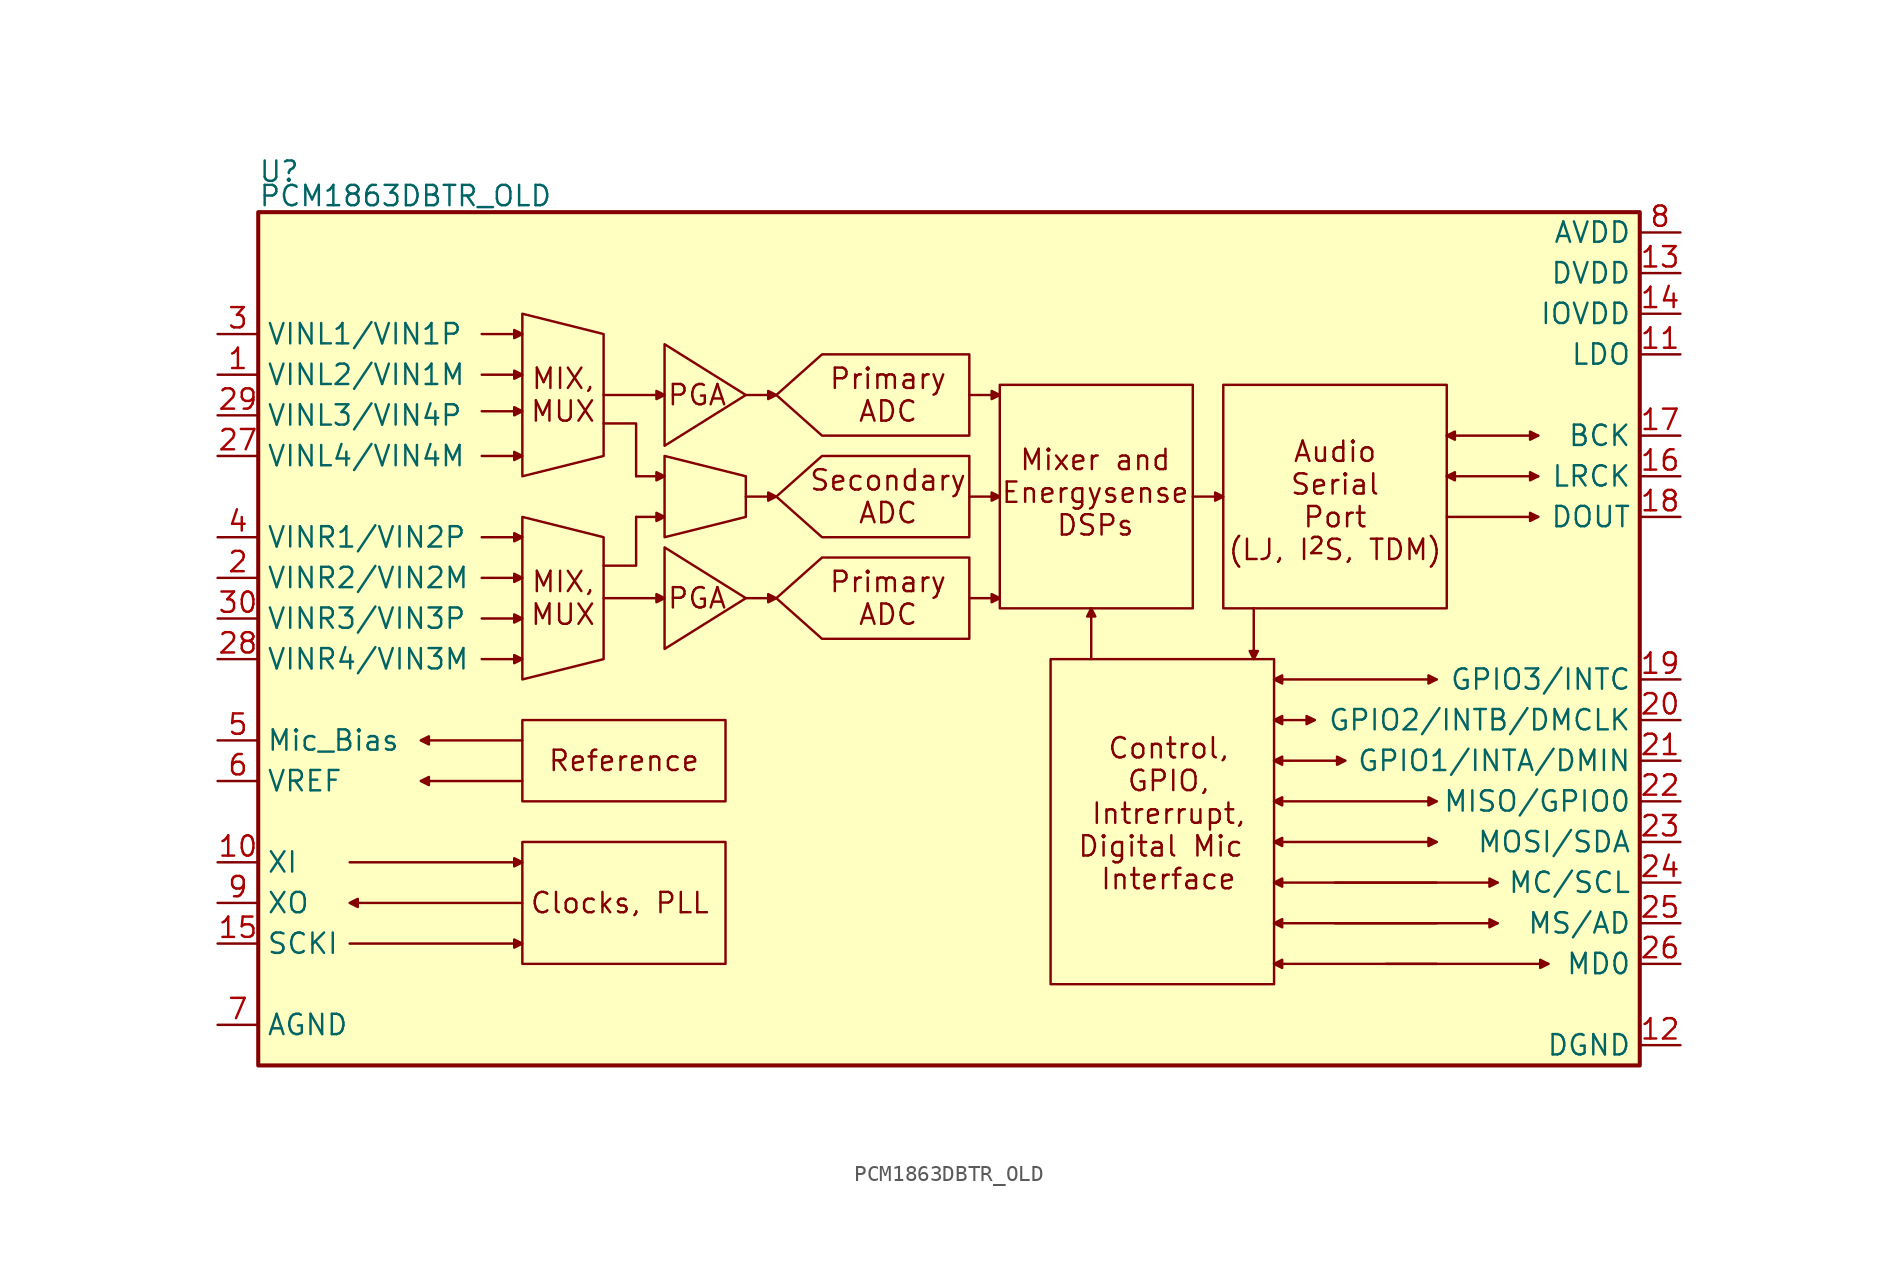
<source format=kicad_sym>
(kicad_symbol_lib
  (version 20241209)
  (generator "kicad_symbol_editor")
  (generator_version "9.0")
  (symbol "PCM1863DBTR_OLD"
    (property "Reference" "U"
      (at -43.18 29.21 0)
      (effects (font (size 1.27 1.27)) (justify left)))
    (property "Value" "PCM1863DBTR_OLD"
      (at -43.18 27.686 0)
      (effects (font (size 1.27 1.27)) (justify left)))
    (symbol "PCM1863DBTR_OLD_0_0"
      (pin input line (at -45.72 13.97 0) (length 2.54) (name "VINL3/VIN4P" (effects (font (size 1.27 1.27)))) (number "29" (effects (font (size 1.27 1.27)))))
      (pin input line (at -45.72 11.43 0) (length 2.54) (name "VINL4/VIN4M" (effects (font (size 1.27 1.27)))) (number "27" (effects (font (size 1.27 1.27)))))
      (pin input line (at -45.72 1.27 0) (length 2.54) (name "VINR3/VIN3P" (effects (font (size 1.27 1.27)))) (number "30" (effects (font (size 1.27 1.27)))))
      (pin input line (at -45.72 -1.27 0) (length 2.54) (name "VINR4/VIN3M" (effects (font (size 1.27 1.27)))) (number "28" (effects (font (size 1.27 1.27)))))
      (pin input line (at 45.72 -17.78 180) (length 2.54) (name "MS/AD" (effects (font (size 1.27 1.27)))) (number "25" (effects (font (size 1.27 1.27)))))
      (pin input line (at 45.72 -20.32 180) (length 2.54) (name "MD0" (effects (font (size 1.27 1.27)))) (number "26" (effects (font (size 1.27 1.27))))))
    (symbol "PCM1863DBTR_OLD_0_1"
      (rectangle (start -43.18 26.67) (end 43.18 -26.67) (stroke (width 0.254) (type default)) (fill (type background)))
      (polyline (pts (xy -37.465 -13.97) (xy -27.178 -13.97)) (stroke (width 0) (type default)) (fill (type none)))
      (polyline (pts (xy -37.465 -16.51) (xy -36.957 -16.256) (xy -36.957 -16.764) (xy -37.465 -16.51)) (stroke (width 0) (type default)) (fill (type outline)))
      (polyline (pts (xy -37.465 -19.05) (xy -27.178 -19.05)) (stroke (width 0) (type default)) (fill (type none)))
      (polyline (pts (xy -33.02 -6.35) (xy -32.512 -6.096) (xy -32.512 -6.604) (xy -33.02 -6.35)) (stroke (width 0) (type default)) (fill (type outline)))
      (polyline (pts (xy -33.02 -8.89) (xy -32.512 -8.636) (xy -32.512 -9.144) (xy -33.02 -8.89)) (stroke (width 0) (type default)) (fill (type outline)))
      (polyline (pts (xy -29.21 19.05) (xy -27.178 19.05)) (stroke (width 0) (type default)) (fill (type none)))
      (polyline (pts (xy -29.21 16.51) (xy -27.178 16.51)) (stroke (width 0) (type default)) (fill (type none)))
      (polyline (pts (xy -29.21 14.224) (xy -27.178 14.224)) (stroke (width 0) (type default)) (fill (type none)))
      (polyline (pts (xy -29.21 11.43) (xy -27.178 11.43)) (stroke (width 0) (type default)) (fill (type none)))
      (polyline (pts (xy -29.21 6.35) (xy -27.178 6.35)) (stroke (width 0) (type default)) (fill (type none)))
      (polyline (pts (xy -29.21 3.81) (xy -27.178 3.81)) (stroke (width 0) (type default)) (fill (type none)))
      (polyline (pts (xy -29.21 1.27) (xy -27.178 1.27)) (stroke (width 0) (type default)) (fill (type none)))
      (polyline (pts (xy -29.21 -1.27) (xy -27.178 -1.27)) (stroke (width 0) (type default)) (fill (type none)))
      (polyline (pts (xy -26.67 19.05) (xy -27.178 19.304) (xy -27.178 18.796) (xy -26.67 19.05)) (stroke (width 0) (type default)) (fill (type outline)))
      (polyline (pts (xy -26.67 16.51) (xy -27.178 16.764) (xy -27.178 16.256) (xy -26.67 16.51)) (stroke (width 0) (type default)) (fill (type outline)))
      (polyline (pts (xy -26.67 14.224) (xy -27.178 14.478) (xy -27.178 13.97) (xy -26.67 14.224)) (stroke (width 0) (type default)) (fill (type outline)))
      (polyline (pts (xy -26.67 11.43) (xy -27.178 11.684) (xy -27.178 11.176) (xy -26.67 11.43)) (stroke (width 0) (type default)) (fill (type outline)))
      (polyline (pts (xy -26.67 10.16) (xy -26.67 20.32) (xy -21.59 19.05) (xy -21.59 11.43) (xy -26.67 10.16)) (stroke (width 0) (type default)) (fill (type none)))
      (polyline (pts (xy -26.67 6.35) (xy -27.178 6.604) (xy -27.178 6.096) (xy -26.67 6.35)) (stroke (width 0) (type default)) (fill (type outline)))
      (polyline (pts (xy -26.67 3.81) (xy -27.178 4.064) (xy -27.178 3.556) (xy -26.67 3.81)) (stroke (width 0) (type default)) (fill (type outline)))
      (polyline (pts (xy -26.67 1.27) (xy -27.178 1.524) (xy -27.178 1.016) (xy -26.67 1.27)) (stroke (width 0) (type default)) (fill (type outline)))
      (polyline (pts (xy -26.67 -1.27) (xy -27.178 -1.016) (xy -27.178 -1.524) (xy -26.67 -1.27)) (stroke (width 0) (type default)) (fill (type outline)))
      (polyline (pts (xy -26.67 -2.54) (xy -26.67 7.62) (xy -21.59 6.35) (xy -21.59 -1.27) (xy -26.67 -2.54)) (stroke (width 0) (type default)) (fill (type none)))
      (rectangle (start -26.67 -5.08) (end -13.97 -10.16) (stroke (width 0) (type default)) (fill (type none)))
      (polyline (pts (xy -26.67 -6.35) (xy -32.512 -6.35)) (stroke (width 0) (type default)) (fill (type none)))
      (polyline (pts (xy -26.67 -8.89) (xy -32.512 -8.89)) (stroke (width 0) (type default)) (fill (type none)))
      (rectangle (start -26.67 -12.7) (end -13.97 -20.32) (stroke (width 0) (type default)) (fill (type none)))
      (polyline (pts (xy -26.67 -13.97) (xy -27.178 -13.716) (xy -27.178 -14.224) (xy -26.67 -13.97)) (stroke (width 0) (type default)) (fill (type outline)))
      (polyline (pts (xy -26.67 -16.51) (xy -36.957 -16.51)) (stroke (width 0) (type default)) (fill (type none)))
      (polyline (pts (xy -26.67 -19.05) (xy -27.178 -18.796) (xy -27.178 -19.304) (xy -26.67 -19.05)) (stroke (width 0) (type default)) (fill (type outline)))
      (polyline (pts (xy -21.59 15.24) (xy -18.288 15.24)) (stroke (width 0) (type default)) (fill (type none)))
      (polyline (pts (xy -21.59 2.54) (xy -18.288 2.54)) (stroke (width 0) (type default)) (fill (type none)))
      (polyline (pts (xy -19.558 10.16) (xy -18.288 10.16)) (stroke (width 0) (type default)) (fill (type none)))
      (polyline (pts (xy -19.558 10.16) (xy -19.558 13.462) (xy -21.59 13.462)) (stroke (width 0) (type default)) (fill (type none)))
      (polyline (pts (xy -19.558 7.62) (xy -18.288 7.62)) (stroke (width 0) (type default)) (fill (type none)))
      (polyline (pts (xy -19.558 7.62) (xy -19.558 4.572) (xy -21.59 4.572)) (stroke (width 0) (type default)) (fill (type none)))
      (polyline (pts (xy -17.78 15.24) (xy -18.288 15.494) (xy -18.288 14.986) (xy -17.78 15.24)) (stroke (width 0) (type default)) (fill (type outline)))
      (polyline (pts (xy -17.78 12.065) (xy -17.78 18.415) (xy -12.7 15.24) (xy -17.78 12.065)) (stroke (width 0) (type default)) (fill (type none)))
      (polyline (pts (xy -17.78 10.16) (xy -18.288 10.414) (xy -18.288 9.906) (xy -17.78 10.16)) (stroke (width 0) (type default)) (fill (type outline)))
      (polyline (pts (xy -17.78 7.62) (xy -18.288 7.874) (xy -18.288 7.366) (xy -17.78 7.62)) (stroke (width 0) (type default)) (fill (type outline)))
      (polyline (pts (xy -17.78 6.35) (xy -17.78 11.43) (xy -12.7 10.16) (xy -12.7 7.62) (xy -17.78 6.35)) (stroke (width 0) (type default)) (fill (type none)))
      (polyline (pts (xy -17.78 2.54) (xy -18.288 2.794) (xy -18.288 2.286) (xy -17.78 2.54)) (stroke (width 0) (type default)) (fill (type outline)))
      (polyline (pts (xy -17.78 -0.635) (xy -17.78 5.715) (xy -12.7 2.54) (xy -17.78 -0.635)) (stroke (width 0) (type default)) (fill (type none)))
      (polyline (pts (xy -12.7 15.24) (xy -11.303 15.24)) (stroke (width 0) (type default)) (fill (type none)))
      (polyline (pts (xy -12.7 8.89) (xy -11.303 8.89)) (stroke (width 0) (type default)) (fill (type none)))
      (polyline (pts (xy -12.7 2.54) (xy -11.303 2.54)) (stroke (width 0) (type default)) (fill (type none)))
      (polyline (pts (xy -10.795 15.24) (xy -11.303 15.494) (xy -11.303 14.986) (xy -10.795 15.24)) (stroke (width 0) (type default)) (fill (type outline)))
      (polyline (pts (xy -10.795 15.24) (xy -7.938 17.78) (xy 1.27 17.78) (xy 1.27 12.7) (xy -7.938 12.7) (xy -10.795 15.24)) (stroke (width 0) (type default)) (fill (type none)))
      (polyline (pts (xy -10.795 8.89) (xy -11.303 9.144) (xy -11.303 8.636) (xy -10.795 8.89)) (stroke (width 0) (type default)) (fill (type outline)))
      (polyline (pts (xy -10.795 8.89) (xy -7.938 11.43) (xy 1.27 11.43) (xy 1.27 6.35) (xy -7.938 6.35) (xy -10.795 8.89)) (stroke (width 0) (type default)) (fill (type none)))
      (polyline (pts (xy -10.795 2.54) (xy -11.303 2.794) (xy -11.303 2.286) (xy -10.795 2.54)) (stroke (width 0) (type default)) (fill (type outline)))
      (polyline (pts (xy -10.795 2.54) (xy -7.938 5.08) (xy 1.27 5.08) (xy 1.27 0) (xy -7.938 0) (xy -10.795 2.54)) (stroke (width 0) (type default)) (fill (type none)))
      (polyline (pts (xy 1.27 15.24) (xy 2.667 15.24)) (stroke (width 0) (type default)) (fill (type none)))
      (polyline (pts (xy 1.27 8.89) (xy 2.667 8.89)) (stroke (width 0) (type default)) (fill (type none)))
      (polyline (pts (xy 1.27 2.54) (xy 2.667 2.54)) (stroke (width 0) (type default)) (fill (type none)))
      (rectangle (start 3.175 15.875) (end 15.24 1.905) (stroke (width 0) (type default)) (fill (type none)))
      (polyline (pts (xy 3.175 15.24) (xy 2.667 15.494) (xy 2.667 14.986) (xy 3.175 15.24)) (stroke (width 0) (type default)) (fill (type outline)))
      (polyline (pts (xy 3.175 8.89) (xy 2.667 9.144) (xy 2.667 8.636) (xy 3.175 8.89)) (stroke (width 0) (type default)) (fill (type outline)))
      (polyline (pts (xy 3.175 2.54) (xy 2.667 2.794) (xy 2.667 2.286) (xy 3.175 2.54)) (stroke (width 0) (type default)) (fill (type outline)))
      (rectangle (start 6.35 -1.27) (end 20.32 -21.59) (stroke (width 0) (type default)) (fill (type none)))
      (polyline (pts (xy 8.89 1.905) (xy 9.144 1.397) (xy 8.636 1.397) (xy 8.89 1.905)) (stroke (width 0) (type default)) (fill (type outline)))
      (polyline (pts (xy 8.89 -1.27) (xy 8.89 1.651)) (stroke (width 0) (type default)) (fill (type none)))
      (polyline (pts (xy 15.24 8.89) (xy 16.637 8.89)) (stroke (width 0) (type default)) (fill (type none)))
      (rectangle (start 17.145 15.875) (end 31.115 1.905) (stroke (width 0) (type default)) (fill (type none)))
      (polyline (pts (xy 17.145 8.89) (xy 16.637 9.144) (xy 16.637 8.636) (xy 17.145 8.89)) (stroke (width 0) (type default)) (fill (type outline)))
      (polyline (pts (xy 19.05 1.905) (xy 19.05 -1.016)) (stroke (width 0) (type default)) (fill (type none)))
      (polyline (pts (xy 19.05 -1.27) (xy 18.796 -0.762) (xy 19.304 -0.762) (xy 19.05 -1.27)) (stroke (width 0) (type default)) (fill (type outline)))
      (polyline (pts (xy 20.32 -2.54) (xy 20.828 -2.286) (xy 20.828 -2.794) (xy 20.32 -2.54)) (stroke (width 0) (type default)) (fill (type outline)))
      (polyline (pts (xy 20.32 -5.08) (xy 20.828 -4.826) (xy 20.828 -5.334) (xy 20.32 -5.08)) (stroke (width 0) (type default)) (fill (type outline)))
      (polyline (pts (xy 20.32 -7.62) (xy 20.828 -7.366) (xy 20.828 -7.874) (xy 20.32 -7.62)) (stroke (width 0) (type default)) (fill (type outline)))
      (polyline (pts (xy 20.32 -10.16) (xy 20.828 -9.906) (xy 20.828 -10.414) (xy 20.32 -10.16)) (stroke (width 0) (type default)) (fill (type outline)))
      (polyline (pts (xy 20.32 -12.7) (xy 20.828 -12.446) (xy 20.828 -12.954) (xy 20.32 -12.7)) (stroke (width 0) (type default)) (fill (type outline)))
      (polyline (pts (xy 20.32 -15.24) (xy 20.828 -14.986) (xy 20.828 -15.494) (xy 20.32 -15.24)) (stroke (width 0) (type default)) (fill (type outline)))
      (polyline (pts (xy 20.32 -17.78) (xy 20.828 -17.526) (xy 20.828 -18.034) (xy 20.32 -17.78)) (stroke (width 0) (type default)) (fill (type outline)))
      (polyline (pts (xy 20.32 -20.32) (xy 20.828 -20.066) (xy 20.828 -20.574) (xy 20.32 -20.32)) (stroke (width 0) (type default)) (fill (type outline)))
      (polyline (pts (xy 22.86 -5.08) (xy 20.32 -5.08)) (stroke (width 0) (type default)) (fill (type none)))
      (polyline (pts (xy 22.86 -5.08) (xy 22.352 -5.334) (xy 22.352 -4.826) (xy 22.86 -5.08)) (stroke (width 0) (type default)) (fill (type outline)))
      (polyline (pts (xy 24.765 -7.62) (xy 20.32 -7.62)) (stroke (width 0) (type default)) (fill (type none)))
      (polyline (pts (xy 24.765 -7.62) (xy 24.257 -7.874) (xy 24.257 -7.366) (xy 24.765 -7.62)) (stroke (width 0) (type default)) (fill (type outline)))
      (polyline (pts (xy 30.48 -2.54) (xy 20.32 -2.54)) (stroke (width 0) (type default)) (fill (type none)))
      (polyline (pts (xy 30.48 -2.54) (xy 29.972 -2.794) (xy 29.972 -2.286) (xy 30.48 -2.54)) (stroke (width 0) (type default)) (fill (type outline)))
      (polyline (pts (xy 30.48 -10.16) (xy 20.32 -10.16)) (stroke (width 0) (type default)) (fill (type none)))
      (polyline (pts (xy 30.48 -10.16) (xy 29.972 -10.414) (xy 29.972 -9.906) (xy 30.48 -10.16)) (stroke (width 0) (type default)) (fill (type outline)))
      (polyline (pts (xy 30.48 -12.7) (xy 20.32 -12.7)) (stroke (width 0) (type default)) (fill (type none)))
      (polyline (pts (xy 30.48 -12.7) (xy 29.972 -12.954) (xy 29.972 -12.446) (xy 30.48 -12.7)) (stroke (width 0) (type default)) (fill (type outline)))
      (polyline (pts (xy 30.48 -15.24) (xy 20.32 -15.24)) (stroke (width 0) (type default)) (fill (type none)))
      (polyline (pts (xy 30.48 -17.78) (xy 20.32 -17.78)) (stroke (width 0) (type default)) (fill (type none)))
      (polyline (pts (xy 30.48 -20.32) (xy 20.32 -20.32)) (stroke (width 0) (type default)) (fill (type none)))
      (polyline (pts (xy 31.115 12.7) (xy 36.83 12.7)) (stroke (width 0) (type default)) (fill (type none)))
      (polyline (pts (xy 31.115 12.7) (xy 31.623 12.954) (xy 31.623 12.446) (xy 31.115 12.7)) (stroke (width 0) (type default)) (fill (type outline)))
      (polyline (pts (xy 31.115 10.16) (xy 36.83 10.16)) (stroke (width 0) (type default)) (fill (type none)))
      (polyline (pts (xy 31.115 10.16) (xy 31.623 10.414) (xy 31.623 9.906) (xy 31.115 10.16)) (stroke (width 0) (type default)) (fill (type outline)))
      (polyline (pts (xy 31.115 7.62) (xy 36.83 7.62)) (stroke (width 0) (type default)) (fill (type none)))
      (polyline (pts (xy 34.29 -15.24) (xy 24.13 -15.24)) (stroke (width 0) (type default)) (fill (type none)))
      (polyline (pts (xy 34.29 -15.24) (xy 33.782 -15.494) (xy 33.782 -14.986) (xy 34.29 -15.24)) (stroke (width 0) (type default)) (fill (type outline)))
      (polyline (pts (xy 34.29 -17.78) (xy 24.13 -17.78)) (stroke (width 0) (type default)) (fill (type none)))
      (polyline (pts (xy 34.29 -17.78) (xy 33.782 -18.034) (xy 33.782 -17.526) (xy 34.29 -17.78)) (stroke (width 0) (type default)) (fill (type outline)))
      (polyline (pts (xy 36.83 12.7) (xy 36.322 12.954) (xy 36.322 12.446) (xy 36.83 12.7)) (stroke (width 0) (type default)) (fill (type outline)))
      (polyline (pts (xy 36.83 10.16) (xy 36.322 10.414) (xy 36.322 9.906) (xy 36.83 10.16)) (stroke (width 0) (type default)) (fill (type outline)))
      (polyline (pts (xy 36.83 7.62) (xy 36.322 7.874) (xy 36.322 7.366) (xy 36.83 7.62)) (stroke (width 0) (type default)) (fill (type outline)))
      (polyline (pts (xy 37.465 -20.32) (xy 27.305 -20.32)) (stroke (width 0) (type default)) (fill (type none)))
      (polyline (pts (xy 37.465 -20.32) (xy 36.957 -20.574) (xy 36.957 -20.066) (xy 37.465 -20.32)) (stroke (width 0) (type default)) (fill (type outline))))
    (symbol "PCM1863DBTR_OLD_1_1"
      (text "MIX,\nMUX" (at -24.13 15.24 0) (effects (font (size 1.27 1.27))))
      (text "MIX,\nMUX" (at -24.13 2.54 0) (effects (font (size 1.27 1.27))))
      (text "Clocks, PLL" (at -20.574 -16.51 0) (effects (font (size 1.27 1.27))))
      (text "Reference" (at -20.32 -7.62 0) (effects (font (size 1.27 1.27))))
      (text "PGA" (at -15.748 15.24 0) (effects (font (size 1.27 1.27))))
      (text "PGA" (at -15.748 2.54 0) (effects (font (size 1.27 1.27))))
      (text "Primary\nADC" (at -3.81 15.24 0) (effects (font (size 1.27 1.27))))
      (text "Secondary\nADC" (at -3.81 8.89 0) (effects (font (size 1.27 1.27))))
      (text "Primary\nADC" (at -3.81 2.54 0) (effects (font (size 1.27 1.27))))
      (text "Mixer and\nEnergysense\nDSPs" (at 9.144 9.144 0) (effects (font (size 1.27 1.27))))
      (text "Control,\nGPIO,\nIntrerrupt,\nDigital Mic \nInterface" (at 13.716 -10.922 0) (effects (font (size 1.27 1.27))))
      (text "Audio\nSerial\nPort\n(LJ, I^{2}S, TDM)" (at 24.13 8.636 0) (effects (font (size 1.27 1.27))))
      (pin input line (at -45.72 19.05 0) (length 2.54) (name "VINL1/VIN1P" (effects (font (size 1.27 1.27)))) (number "3" (effects (font (size 1.27 1.27)))))
      (pin input line (at -45.72 16.51 0) (length 2.54) (name "VINL2/VIN1M" (effects (font (size 1.27 1.27)))) (number "1" (effects (font (size 1.27 1.27)))))
      (pin input line (at -45.72 6.35 0) (length 2.54) (name "VINR1/VIN2P" (effects (font (size 1.27 1.27)))) (number "4" (effects (font (size 1.27 1.27)))))
      (pin input line (at -45.72 3.81 0) (length 2.54) (name "VINR2/VIN2M" (effects (font (size 1.27 1.27)))) (number "2" (effects (font (size 1.27 1.27)))))
      (pin power_out line (at -45.72 -6.35 0) (length 2.54) (name "Mic_Bias" (effects (font (size 1.27 1.27)))) (number "5" (effects (font (size 1.27 1.27)))))
      (pin power_out line (at -45.72 -8.89 0) (length 2.54) (name "VREF" (effects (font (size 1.27 1.27)))) (number "6" (effects (font (size 1.27 1.27)))))
      (pin input line (at -45.72 -13.97 0) (length 2.54) (name "XI" (effects (font (size 1.27 1.27)))) (number "10" (effects (font (size 1.27 1.27)))))
      (pin output line (at -45.72 -16.51 0) (length 2.54) (name "XO" (effects (font (size 1.27 1.27)))) (number "9" (effects (font (size 1.27 1.27)))))
      (pin input line (at -45.72 -19.05 0) (length 2.54) (name "SCKI" (effects (font (size 1.27 1.27)))) (number "15" (effects (font (size 1.27 1.27)))))
      (pin power_in line (at -45.72 -24.13 0) (length 2.54) (name "AGND" (effects (font (size 1.27 1.27)))) (number "7" (effects (font (size 1.27 1.27)))))
      (pin power_in line (at 45.72 25.4 180) (length 2.54) (name "AVDD" (effects (font (size 1.27 1.27)))) (number "8" (effects (font (size 1.27 1.27)))))
      (pin power_in line (at 45.72 22.86 180) (length 2.54) (name "DVDD" (effects (font (size 1.27 1.27)))) (number "13" (effects (font (size 1.27 1.27)))))
      (pin power_in line (at 45.72 20.32 180) (length 2.54) (name "IOVDD" (effects (font (size 1.27 1.27)))) (number "14" (effects (font (size 1.27 1.27)))))
      (pin power_in line (at 45.72 17.78 180) (length 2.54) (name "LDO" (effects (font (size 1.27 1.27)))) (number "11" (effects (font (size 1.27 1.27)))))
      (pin bidirectional line (at 45.72 12.7 180) (length 2.54) (name "BCK" (effects (font (size 1.27 1.27)))) (number "17" (effects (font (size 1.27 1.27)))))
      (pin bidirectional line (at 45.72 10.16 180) (length 2.54) (name "LRCK" (effects (font (size 1.27 1.27)))) (number "16" (effects (font (size 1.27 1.27)))))
      (pin output line (at 45.72 7.62 180) (length 2.54) (name "DOUT" (effects (font (size 1.27 1.27)))) (number "18" (effects (font (size 1.27 1.27)))))
      (pin bidirectional line (at 45.72 -2.54 180) (length 2.54) (name "GPIO3/INTC" (effects (font (size 1.27 1.27)))) (number "19" (effects (font (size 1.27 1.27)))))
      (pin bidirectional line (at 45.72 -5.08 180) (length 2.54) (name "GPIO2/INTB/DMCLK" (effects (font (size 1.27 1.27)))) (number "20" (effects (font (size 1.27 1.27)))))
      (pin bidirectional line (at 45.72 -7.62 180) (length 2.54) (name "GPIO1/INTA/DMIN" (effects (font (size 1.27 1.27)))) (number "21" (effects (font (size 1.27 1.27)))))
      (pin bidirectional line (at 45.72 -10.16 180) (length 2.54) (name "MISO/GPIO0" (effects (font (size 1.27 1.27)))) (number "22" (effects (font (size 1.27 1.27)))))
      (pin bidirectional line (at 45.72 -12.7 180) (length 2.54) (name "MOSI/SDA" (effects (font (size 1.27 1.27)))) (number "23" (effects (font (size 1.27 1.27)))))
      (pin input line (at 45.72 -15.24 180) (length 2.54) (name "MC/SCL" (effects (font (size 1.27 1.27)))) (number "24" (effects (font (size 1.27 1.27)))))
      (pin power_in line (at 45.72 -25.4 180) (length 2.54) (name "DGND" (effects (font (size 1.27 1.27)))) (number "12" (effects (font (size 1.27 1.27))))))))
</source>
